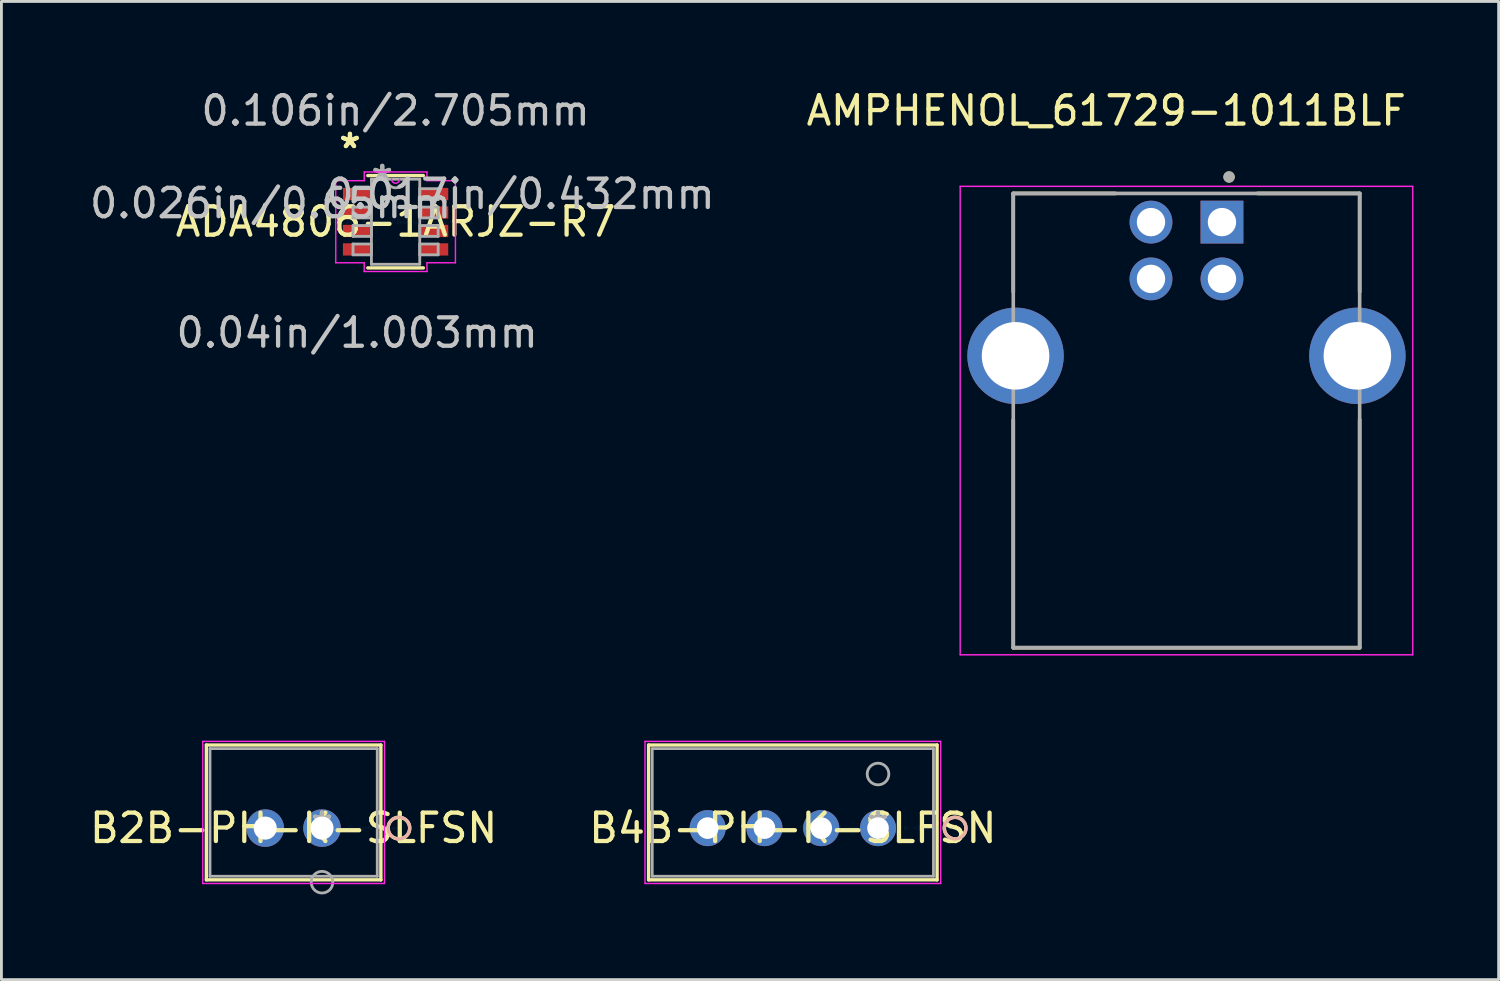
<source format=kicad_pcb>
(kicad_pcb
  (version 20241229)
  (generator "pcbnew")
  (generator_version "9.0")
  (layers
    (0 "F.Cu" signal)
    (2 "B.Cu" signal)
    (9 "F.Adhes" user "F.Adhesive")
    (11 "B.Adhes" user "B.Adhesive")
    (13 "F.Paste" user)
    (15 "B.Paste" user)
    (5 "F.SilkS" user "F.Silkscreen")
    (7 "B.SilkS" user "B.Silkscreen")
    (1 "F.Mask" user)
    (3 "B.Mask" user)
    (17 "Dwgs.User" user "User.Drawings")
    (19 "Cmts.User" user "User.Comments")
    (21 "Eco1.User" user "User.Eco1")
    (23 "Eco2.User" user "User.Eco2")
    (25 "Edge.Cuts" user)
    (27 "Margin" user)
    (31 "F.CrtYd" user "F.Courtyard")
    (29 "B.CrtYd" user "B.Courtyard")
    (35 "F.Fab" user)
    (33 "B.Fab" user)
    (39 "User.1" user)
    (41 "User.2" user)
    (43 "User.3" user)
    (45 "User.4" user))
  (footprint "ADA4806-1ARJZ-R7"
    (layer "F.Cu")
    (at 10.883 4.76)
    (property "Reference" "ADA4806-1ARJZ-R7" (at 0 0 0) (layer "F.SilkS") (effects (font (size 1 1) (thickness 0.15))))
    (attr through_hole)
    (fp_line (start -0.978 1.626) (end 0.978 1.626) (stroke (width 0.12) (type solid)) (layer "F.SilkS"))
    (fp_line (start 0.978 -1.626) (end -0.978 -1.626) (stroke (width 0.12) (type solid)) (layer "F.SilkS"))
    (fp_line (start -2.108 -1.445) (end -1.105 -1.445) (stroke (width 0.05) (type solid)) (layer "F.CrtYd"))
    (fp_line (start -2.108 1.445) (end -2.108 -1.445) (stroke (width 0.05) (type solid)) (layer "F.CrtYd"))
    (fp_line (start -1.105 -1.753) (end 1.105 -1.753) (stroke (width 0.05) (type solid)) (layer "F.CrtYd"))
    (fp_line (start -1.105 -1.445) (end -1.105 -1.753) (stroke (width 0.05) (type solid)) (layer "F.CrtYd"))
    (fp_line (start -1.105 1.445) (end -2.108 1.445) (stroke (width 0.05) (type solid)) (layer "F.CrtYd"))
    (fp_line (start -1.105 1.753) (end -1.105 1.445) (stroke (width 0.05) (type solid)) (layer "F.CrtYd"))
    (fp_line (start 1.105 -1.753) (end 1.105 -1.445) (stroke (width 0.05) (type solid)) (layer "F.CrtYd"))
    (fp_line (start 1.105 -1.445) (end 2.108 -1.445) (stroke (width 0.05) (type solid)) (layer "F.CrtYd"))
    (fp_line (start 1.105 1.445) (end 1.105 1.753) (stroke (width 0.05) (type solid)) (layer "F.CrtYd"))
    (fp_line (start 1.105 1.753) (end -1.105 1.753) (stroke (width 0.05) (type solid)) (layer "F.CrtYd"))
    (fp_line (start 2.108 -1.445) (end 2.108 1.445) (stroke (width 0.05) (type solid)) (layer "F.CrtYd"))
    (fp_line (start 2.108 1.445) (end 1.105 1.445) (stroke (width 0.05) (type solid)) (layer "F.CrtYd"))
    (fp_arc (start 0.141817 -1.4986) (mid 0 -1.356783) (end -0.141817 -1.4986) (stroke (width 0.05) (type solid)) (layer "F.CrtYd"))
    (fp_line (start -1.499 -1.165) (end -1.499 -0.784) (stroke (width 0.1) (type solid)) (layer "F.Fab"))
    (fp_line (start -1.499 -0.784) (end -0.851 -0.784) (stroke (width 0.1) (type solid)) (layer "F.Fab"))
    (fp_line (start -1.499 -0.515) (end -1.499 -0.135) (stroke (width 0.1) (type solid)) (layer "F.Fab"))
    (fp_line (start -1.499 -0.135) (end -0.851 -0.135) (stroke (width 0.1) (type solid)) (layer "F.Fab"))
    (fp_line (start -1.499 0.135) (end -1.499 0.515) (stroke (width 0.1) (type solid)) (layer "F.Fab"))
    (fp_line (start -1.499 0.515) (end -0.851 0.515) (stroke (width 0.1) (type solid)) (layer "F.Fab"))
    (fp_line (start -1.499 0.784) (end -1.499 1.165) (stroke (width 0.1) (type solid)) (layer "F.Fab"))
    (fp_line (start -1.499 1.165) (end -0.851 1.165) (stroke (width 0.1) (type solid)) (layer "F.Fab"))
    (fp_line (start -0.851 -1.499) (end -0.851 1.499) (stroke (width 0.1) (type solid)) (layer "F.Fab"))
    (fp_line (start -0.851 -1.165) (end -1.499 -1.165) (stroke (width 0.1) (type solid)) (layer "F.Fab"))
    (fp_line (start -0.851 -0.784) (end -0.851 -1.165) (stroke (width 0.1) (type solid)) (layer "F.Fab"))
    (fp_line (start -0.851 -0.515) (end -1.499 -0.515) (stroke (width 0.1) (type solid)) (layer "F.Fab"))
    (fp_line (start -0.851 -0.135) (end -0.851 -0.515) (stroke (width 0.1) (type solid)) (layer "F.Fab"))
    (fp_line (start -0.851 0.135) (end -1.499 0.135) (stroke (width 0.1) (type solid)) (layer "F.Fab"))
    (fp_line (start -0.851 0.515) (end -0.851 0.135) (stroke (width 0.1) (type solid)) (layer "F.Fab"))
    (fp_line (start -0.851 0.784) (end -1.499 0.784) (stroke (width 0.1) (type solid)) (layer "F.Fab"))
    (fp_line (start -0.851 1.165) (end -0.851 0.784) (stroke (width 0.1) (type solid)) (layer "F.Fab"))
    (fp_line (start -0.851 1.499) (end 0.851 1.499) (stroke (width 0.1) (type solid)) (layer "F.Fab"))
    (fp_line (start 0.851 -1.499) (end -0.851 -1.499) (stroke (width 0.1) (type solid)) (layer "F.Fab"))
    (fp_line (start 0.851 -1.165) (end 0.851 -0.784) (stroke (width 0.1) (type solid)) (layer "F.Fab"))
    (fp_line (start 0.851 -0.784) (end 1.499 -0.784) (stroke (width 0.1) (type solid)) (layer "F.Fab"))
    (fp_line (start 0.851 -0.515) (end 0.851 -0.135) (stroke (width 0.1) (type solid)) (layer "F.Fab"))
    (fp_line (start 0.851 -0.135) (end 1.499 -0.135) (stroke (width 0.1) (type solid)) (layer "F.Fab"))
    (fp_line (start 0.851 0.135) (end 0.851 0.515) (stroke (width 0.1) (type solid)) (layer "F.Fab"))
    (fp_line (start 0.851 0.515) (end 1.499 0.515) (stroke (width 0.1) (type solid)) (layer "F.Fab"))
    (fp_line (start 0.851 0.784) (end 0.851 1.165) (stroke (width 0.1) (type solid)) (layer "F.Fab"))
    (fp_line (start 0.851 1.165) (end 1.499 1.165) (stroke (width 0.1) (type solid)) (layer "F.Fab"))
    (fp_line (start 0.851 1.499) (end 0.851 -1.499) (stroke (width 0.1) (type solid)) (layer "F.Fab"))
    (fp_line (start 1.499 -1.165) (end 0.851 -1.165) (stroke (width 0.1) (type solid)) (layer "F.Fab"))
    (fp_line (start 1.499 -0.784) (end 1.499 -1.165) (stroke (width 0.1) (type solid)) (layer "F.Fab"))
    (fp_line (start 1.499 -0.515) (end 0.851 -0.515) (stroke (width 0.1) (type solid)) (layer "F.Fab"))
    (fp_line (start 1.499 -0.135) (end 1.499 -0.515) (stroke (width 0.1) (type solid)) (layer "F.Fab"))
    (fp_line (start 1.499 0.135) (end 0.851 0.135) (stroke (width 0.1) (type solid)) (layer "F.Fab"))
    (fp_line (start 1.499 0.515) (end 1.499 0.135) (stroke (width 0.1) (type solid)) (layer "F.Fab"))
    (fp_line (start 1.499 0.784) (end 0.851 0.784) (stroke (width 0.1) (type solid)) (layer "F.Fab"))
    (fp_line (start 1.499 1.165) (end 1.499 0.784) (stroke (width 0.1) (type solid)) (layer "F.Fab"))
    (fp_arc (start 0.3048 -1.4986) (mid 0 -1.1938) (end -0.3048 -1.4986) (stroke (width 0.1) (type solid)) (layer "F.Fab"))
    (fp_text user "*" (at -1.607 -2.55 0) (layer "F.SilkS") (effects (font (size 1 1) (thickness 0.15))))
    (fp_text user "*" (at -1.607 -2.55 0) (layer "F.SilkS") (effects (font (size 1 1) (thickness 0.15))))
    (fp_text user "0.026in/0.65mm" (at -4.401 -0.65 0) (layer "Dwgs.User") (effects (font (size 1 1) (thickness 0.15))))
    (fp_text user "0.106in/2.705mm" (at 0 -3.912 0) (layer "Dwgs.User") (effects (font (size 1 1) (thickness 0.15))))
    (fp_text user "0.04in/1.003mm" (at -1.353 3.912 0) (layer "Dwgs.User") (effects (font (size 1 1) (thickness 0.15))))
    (fp_text user "0.017in/0.432mm" (at 4.401 -0.975 0) (layer "Dwgs.User") (effects (font (size 1 1) (thickness 0.15))))
    (fp_text user "Copyright 2021 Accelerated Designs. All rights reserved." (at 0 0 0) (layer "Cmts.User") (effects (font (size 0.127 0.127) (thickness 0.002))))
    (fp_text user "*" (at -0.47 -1.422 0) (layer "F.Fab") (effects (font (size 1 1) (thickness 0.15))))
    (fp_text user "*" (at -0.47 -1.422 0) (layer "F.Fab") (effects (font (size 1 1) (thickness 0.15))))
    (pad "1" smd rect (at -1.353 -0.975) (size 1.003 0.432) (layers "F.Cu" "F.Mask" "F.Paste"))
    (pad "2" smd rect (at -1.353 -0.325) (size 1.003 0.432) (layers "F.Cu" "F.Mask" "F.Paste"))
    (pad "3" smd rect (at -1.353 0.325) (size 1.003 0.432) (layers "F.Cu" "F.Mask" "F.Paste"))
    (pad "4" smd rect (at -1.353 0.975) (size 1.003 0.432) (layers "F.Cu" "F.Mask" "F.Paste"))
    (pad "5" smd rect (at 1.353 0.975) (size 1.003 0.432) (layers "F.Cu" "F.Mask" "F.Paste"))
    (pad "6" smd rect (at 1.353 0.325) (size 1.003 0.432) (layers "F.Cu" "F.Mask" "F.Paste"))
    (pad "7" smd rect (at 1.353 -0.325) (size 1.003 0.432) (layers "F.Cu" "F.Mask" "F.Paste"))
    (pad "8" smd rect (at 1.353 -0.975) (size 1.003 0.432) (layers "F.Cu" "F.Mask" "F.Paste")))
  (footprint "B2B-PH-K-SLFSN"
    (layer "F.Cu")
    (at 8.292 26.117)
    (property "Reference" "B2B-PH-K-SLFSN" (at -1 0 0) (layer "F.SilkS") (effects (font (size 1 1) (thickness 0.15))))
    (attr through_hole)
    (fp_line (start -4.073 -2.927) (end -4.073 1.823) (stroke (width 0.12) (type solid)) (layer "F.SilkS"))
    (fp_line (start -4.073 1.823) (end 2.073 1.823) (stroke (width 0.12) (type solid)) (layer "F.SilkS"))
    (fp_line (start 2.073 -2.927) (end -4.073 -2.927) (stroke (width 0.12) (type solid)) (layer "F.SilkS"))
    (fp_line (start 2.073 1.823) (end 2.073 -2.927) (stroke (width 0.12) (type solid)) (layer "F.SilkS"))
    (fp_circle (center 2.708 0) (end 3.089 0) (stroke (width 0.12) (type solid)) (fill no) (layer "F.SilkS"))
    (fp_circle (center 2.708 0) (end 3.089 0) (stroke (width 0.12) (type solid)) (fill no) (layer "B.SilkS"))
    (fp_line (start -4.2 -3.054) (end -4.2 1.95) (stroke (width 0.05) (type solid)) (layer "F.CrtYd"))
    (fp_line (start -4.2 1.95) (end 2.2 1.95) (stroke (width 0.05) (type solid)) (layer "F.CrtYd"))
    (fp_line (start 2.2 -3.054) (end -4.2 -3.054) (stroke (width 0.05) (type solid)) (layer "F.CrtYd"))
    (fp_line (start 2.2 1.95) (end 2.2 -3.054) (stroke (width 0.05) (type solid)) (layer "F.CrtYd"))
    (fp_line (start -3.946 -2.8) (end -3.946 1.696) (stroke (width 0.1) (type solid)) (layer "F.Fab"))
    (fp_line (start -3.946 1.696) (end 1.946 1.696) (stroke (width 0.1) (type solid)) (layer "F.Fab"))
    (fp_line (start 1.946 -2.8) (end -3.946 -2.8) (stroke (width 0.1) (type solid)) (layer "F.Fab"))
    (fp_line (start 1.946 1.696) (end 1.946 -2.8) (stroke (width 0.1) (type solid)) (layer "F.Fab"))
    (fp_circle (center 0 1.905) (end 0.381 1.905) (stroke (width 0.1) (type solid)) (fill no) (layer "F.Fab"))
    (fp_text user "*" (at 0 0 0) (layer "F.SilkS") (effects (font (size 1 1) (thickness 0.15))))
    (fp_text user "Copyright 2021 Accelerated Designs. All rights reserved." (at 0 0 0) (layer "Cmts.User") (effects (font (size 0.127 0.127) (thickness 0.002))))
    (fp_text user "*" (at 0 0 0) (layer "F.Fab") (effects (font (size 1 1) (thickness 0.15))))
    (pad "1" thru_hole circle (at 0.000001 0) (size 1.321 1.321) (drill 0.813) (layers "*.Cu" "*.Mask"))
    (pad "2" thru_hole circle (at -2 0) (size 1.321 1.321) (drill 0.813) (layers "*.Cu" "*.Mask")))
  (footprint "B4B-PH-K-SLFSN"
    (layer "F.Cu")
    (at 27.875 26.117)
    (property "Reference" "B4B-PH-K-SLFSN" (at -3 0 0) (layer "F.SilkS") (effects (font (size 1 1) (thickness 0.15))))
    (attr through_hole)
    (fp_line (start -8.08 -2.927) (end -8.08 1.823) (stroke (width 0.12) (type solid)) (layer "F.SilkS"))
    (fp_line (start -8.08 1.823) (end 2.08 1.823) (stroke (width 0.12) (type solid)) (layer "F.SilkS"))
    (fp_line (start 2.08 -2.927) (end -8.08 -2.927) (stroke (width 0.12) (type solid)) (layer "F.SilkS"))
    (fp_line (start 2.08 1.823) (end 2.08 -2.927) (stroke (width 0.12) (type solid)) (layer "F.SilkS"))
    (fp_circle (center 2.715 0) (end 3.096 0) (stroke (width 0.12) (type solid)) (fill no) (layer "F.SilkS"))
    (fp_circle (center 2.715 0) (end 3.096 0) (stroke (width 0.12) (type solid)) (fill no) (layer "B.SilkS"))
    (fp_line (start -8.207 -3.054) (end -8.207 1.95) (stroke (width 0.05) (type solid)) (layer "F.CrtYd"))
    (fp_line (start -8.207 1.95) (end 2.207 1.95) (stroke (width 0.05) (type solid)) (layer "F.CrtYd"))
    (fp_line (start 2.207 -3.054) (end -8.207 -3.054) (stroke (width 0.05) (type solid)) (layer "F.CrtYd"))
    (fp_line (start 2.207 1.95) (end 2.207 -3.054) (stroke (width 0.05) (type solid)) (layer "F.CrtYd"))
    (fp_line (start -7.953 -2.8) (end -7.953 1.696) (stroke (width 0.1) (type solid)) (layer "F.Fab"))
    (fp_line (start -7.953 1.696) (end 1.953 1.696) (stroke (width 0.1) (type solid)) (layer "F.Fab"))
    (fp_line (start 1.953 -2.8) (end -7.953 -2.8) (stroke (width 0.1) (type solid)) (layer "F.Fab"))
    (fp_line (start 1.953 1.696) (end 1.953 -2.8) (stroke (width 0.1) (type solid)) (layer "F.Fab"))
    (fp_circle (center 0 -1.905) (end 0.381 -1.905) (stroke (width 0.1) (type solid)) (fill no) (layer "F.Fab"))
    (fp_text user "*" (at 0 0 0) (layer "F.SilkS") (effects (font (size 1 1) (thickness 0.15))))
    (fp_text user "Copyright 2021 Accelerated Designs. All rights reserved." (at 0 0 0) (layer "Cmts.User") (effects (font (size 0.127 0.127) (thickness 0.002))))
    (fp_text user "*" (at 0 0 0) (layer "F.Fab") (effects (font (size 1 1) (thickness 0.15))))
    (pad "1" thru_hole circle (at 0 0) (size 1.27 1.27) (drill 0.762) (layers "*.Cu" "*.Mask"))
    (pad "2" thru_hole circle (at -2 0) (size 1.27 1.27) (drill 0.762) (layers "*.Cu" "*.Mask"))
    (pad "3" thru_hole circle (at -4 0) (size 1.27 1.27) (drill 0.762) (layers "*.Cu" "*.Mask"))
    (pad "4" thru_hole circle (at -6 0) (size 1.27 1.27) (drill 0.762) (layers "*.Cu" "*.Mask")))
  (footprint "AMPHENOL_61729-1011BLF"
    (layer "F.Cu")
    (at 38.739 9.483)
    (property "Reference" "AMPHENOL_61729-1011BLF" (at -2.825 -8.635 0) (layer "F.SilkS") (effects (font (size 1 1) (thickness 0.15))))
    (attr through_hole)
    (fp_line (start -6.1 -5.72) (end -6.1 -2.25) (stroke (width 0.127) (type solid)) (layer "F.SilkS"))
    (fp_line (start -6.1 -5.72) (end -2.5 -5.72) (stroke (width 0.127) (type solid)) (layer "F.SilkS"))
    (fp_line (start -6.1 2.25) (end -6.1 10.28) (stroke (width 0.127) (type solid)) (layer "F.SilkS"))
    (fp_line (start -6.1 10.28) (end 6.1 10.28) (stroke (width 0.127) (type solid)) (layer "F.SilkS"))
    (fp_line (start 2.5 -5.72) (end 6.1 -5.72) (stroke (width 0.127) (type solid)) (layer "F.SilkS"))
    (fp_line (start 6.1 -2.25) (end 6.1 -5.72) (stroke (width 0.127) (type solid)) (layer "F.SilkS"))
    (fp_line (start 6.1 10.28) (end 6.1 2.25) (stroke (width 0.127) (type solid)) (layer "F.SilkS"))
    (fp_circle (center 1.5 -6.3) (end 1.6 -6.3) (stroke (width 0.2) (type solid)) (fill no) (layer "F.SilkS"))
    (fp_line (start -7.97 -5.97) (end -7.97 10.53) (stroke (width 0.05) (type solid)) (layer "F.CrtYd"))
    (fp_line (start -7.97 10.53) (end 7.97 10.53) (stroke (width 0.05) (type solid)) (layer "F.CrtYd"))
    (fp_line (start 7.97 -5.97) (end -7.97 -5.97) (stroke (width 0.05) (type solid)) (layer "F.CrtYd"))
    (fp_line (start 7.97 10.53) (end 7.97 -5.97) (stroke (width 0.05) (type solid)) (layer "F.CrtYd"))
    (fp_line (start -6.1 -5.72) (end -6.1 10.28) (stroke (width 0.127) (type solid)) (layer "F.Fab"))
    (fp_line (start -6.1 10.28) (end 6.1 10.28) (stroke (width 0.127) (type solid)) (layer "F.Fab"))
    (fp_line (start 6.1 -5.72) (end -6.1 -5.72) (stroke (width 0.127) (type solid)) (layer "F.Fab"))
    (fp_line (start 6.1 10.28) (end 6.1 -5.72) (stroke (width 0.127) (type solid)) (layer "F.Fab"))
    (fp_circle (center 1.5 -6.3) (end 1.6 -6.3) (stroke (width 0.2) (type solid)) (fill no) (layer "F.Fab"))
    (pad "1" thru_hole rect (at 1.25 -4.71) (size 1.508 1.508) (drill 1) (layers "*.Cu" "*.Mask"))
    (pad "2" thru_hole circle (at -1.25 -4.71) (size 1.508 1.508) (drill 1) (layers "*.Cu" "*.Mask"))
    (pad "3" thru_hole circle (at -1.25 -2.71) (size 1.508 1.508) (drill 1) (layers "*.Cu" "*.Mask"))
    (pad "4" thru_hole circle (at 1.25 -2.71) (size 1.508 1.508) (drill 1) (layers "*.Cu" "*.Mask"))
    (pad "S1" thru_hole circle (at -6.02 0) (size 3.396 3.396) (drill 2.38) (layers "*.Cu" "*.Mask"))
    (pad "S2" thru_hole circle (at 6.02 0) (size 3.396 3.396) (drill 2.38) (layers "*.Cu" "*.Mask")))
  (gr_rect
    (start -3 -3)
    (end 49.734 31.453)
    (stroke (width 0.1) (type default))
    (fill no)
    (layer "Edge.Cuts")))
</source>
